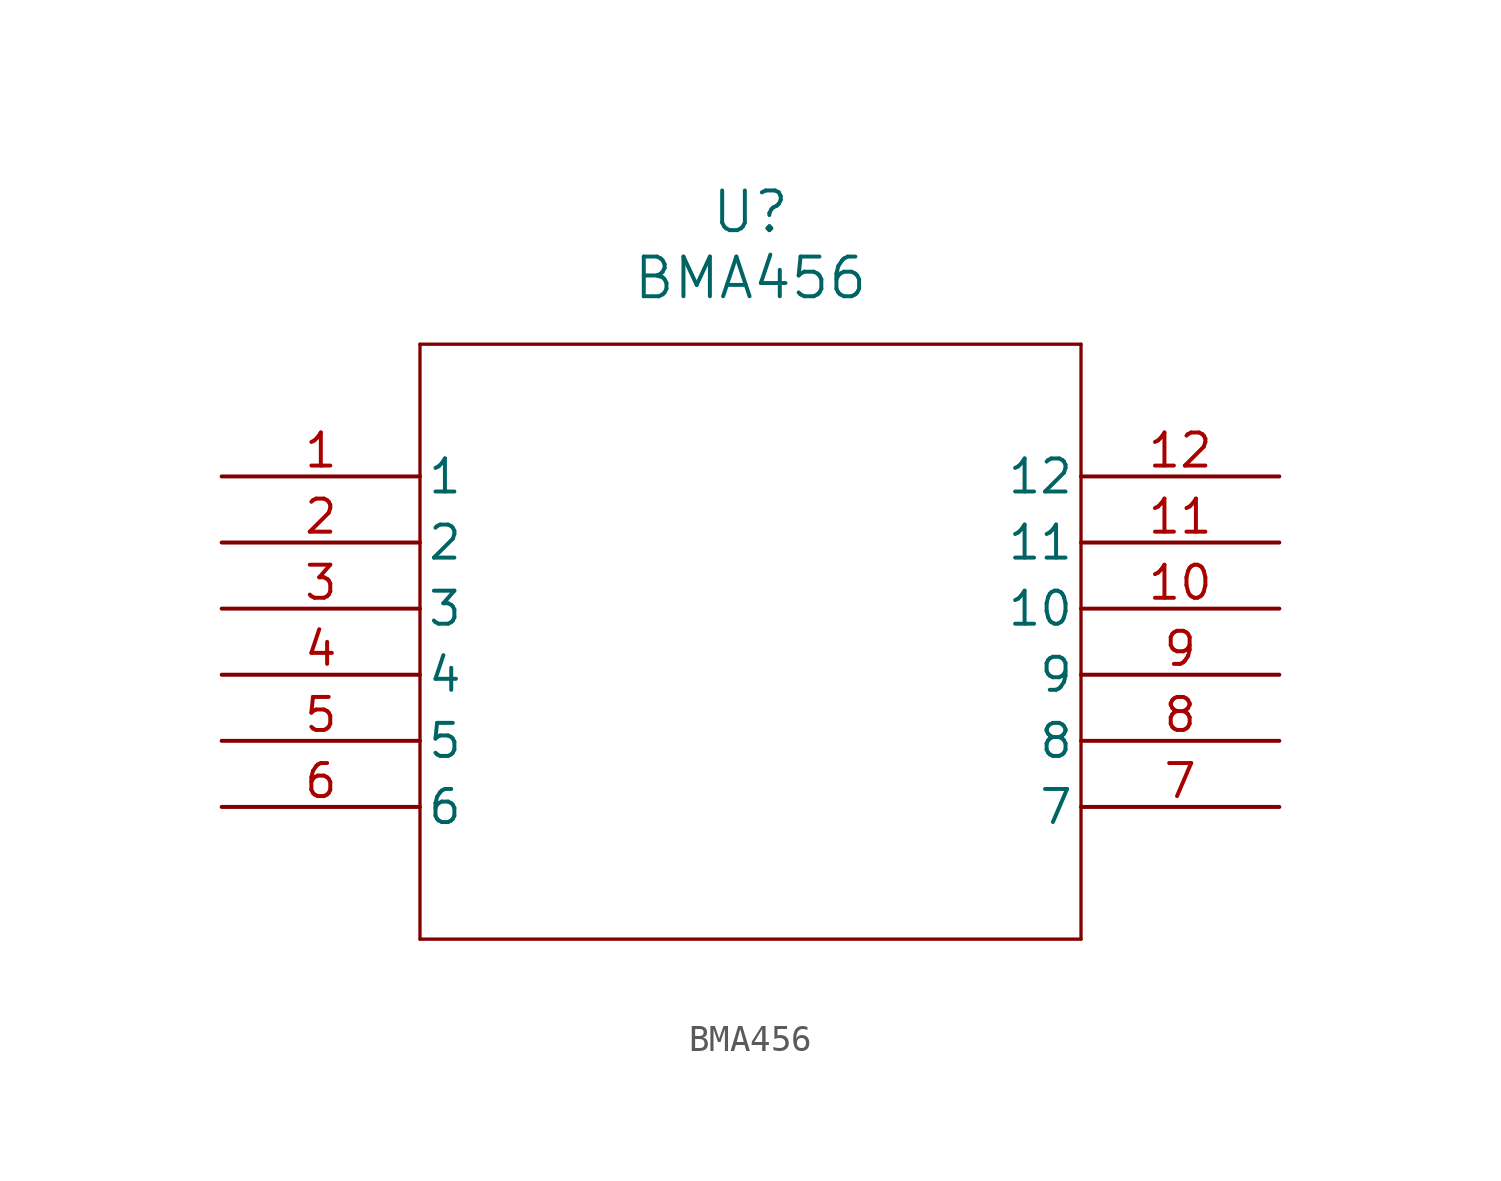
<source format=kicad_sym>
(kicad_symbol_lib
  (version 20211014)
  (generator kicad_symbol_editor)
  (symbol "BMA456"
    (pin_names
      (offset 0.254))
    (property "Reference" "U"
      (at 20.32 10.16 0)
      (effects (font (size 1.524 1.524))))
    (property "Value" "BMA456"
      (at 20.32 7.62 0)
      (effects (font (size 1.524 1.524))))
    (symbol "BMA456_0_1"
      (polyline (pts (xy 7.62 5.08) (xy 7.62 -17.78)) (stroke (width 0.127) (type default) (color 0 0 0 0)) (fill (type none)))
      (polyline (pts (xy 7.62 -17.78) (xy 33.02 -17.78)) (stroke (width 0.127) (type default) (color 0 0 0 0)) (fill (type none)))
      (polyline (pts (xy 33.02 -17.78) (xy 33.02 5.08)) (stroke (width 0.127) (type default) (color 0 0 0 0)) (fill (type none)))
      (polyline (pts (xy 33.02 5.08) (xy 7.62 5.08)) (stroke (width 0.127) (type default) (color 0 0 0 0)) (fill (type none)))
      (pin unspecified line (at 0 0 0) (length 7.62) (name "1" (effects (font (size 1.27 1.27)))) (number "1" (effects (font (size 1.27 1.27)))))
      (pin unspecified line (at 0 -2.54 0) (length 7.62) (name "2" (effects (font (size 1.27 1.27)))) (number "2" (effects (font (size 1.27 1.27)))))
      (pin unspecified line (at 0 -5.08 0) (length 7.62) (name "3" (effects (font (size 1.27 1.27)))) (number "3" (effects (font (size 1.27 1.27)))))
      (pin unspecified line (at 0 -7.62 0) (length 7.62) (name "4" (effects (font (size 1.27 1.27)))) (number "4" (effects (font (size 1.27 1.27)))))
      (pin unspecified line (at 0 -10.16 0) (length 7.62) (name "5" (effects (font (size 1.27 1.27)))) (number "5" (effects (font (size 1.27 1.27)))))
      (pin unspecified line (at 0 -12.7 0) (length 7.62) (name "6" (effects (font (size 1.27 1.27)))) (number "6" (effects (font (size 1.27 1.27)))))
      (pin unspecified line (at 40.64 -12.7 180) (length 7.62) (name "7" (effects (font (size 1.27 1.27)))) (number "7" (effects (font (size 1.27 1.27)))))
      (pin unspecified line (at 40.64 -10.16 180) (length 7.62) (name "8" (effects (font (size 1.27 1.27)))) (number "8" (effects (font (size 1.27 1.27)))))
      (pin unspecified line (at 40.64 -7.62 180) (length 7.62) (name "9" (effects (font (size 1.27 1.27)))) (number "9" (effects (font (size 1.27 1.27)))))
      (pin unspecified line (at 40.64 -5.08 180) (length 7.62) (name "10" (effects (font (size 1.27 1.27)))) (number "10" (effects (font (size 1.27 1.27)))))
      (pin unspecified line (at 40.64 -2.54 180) (length 7.62) (name "11" (effects (font (size 1.27 1.27)))) (number "11" (effects (font (size 1.27 1.27)))))
      (pin unspecified line (at 40.64 0 180) (length 7.62) (name "12" (effects (font (size 1.27 1.27)))) (number "12" (effects (font (size 1.27 1.27))))))))
</source>
